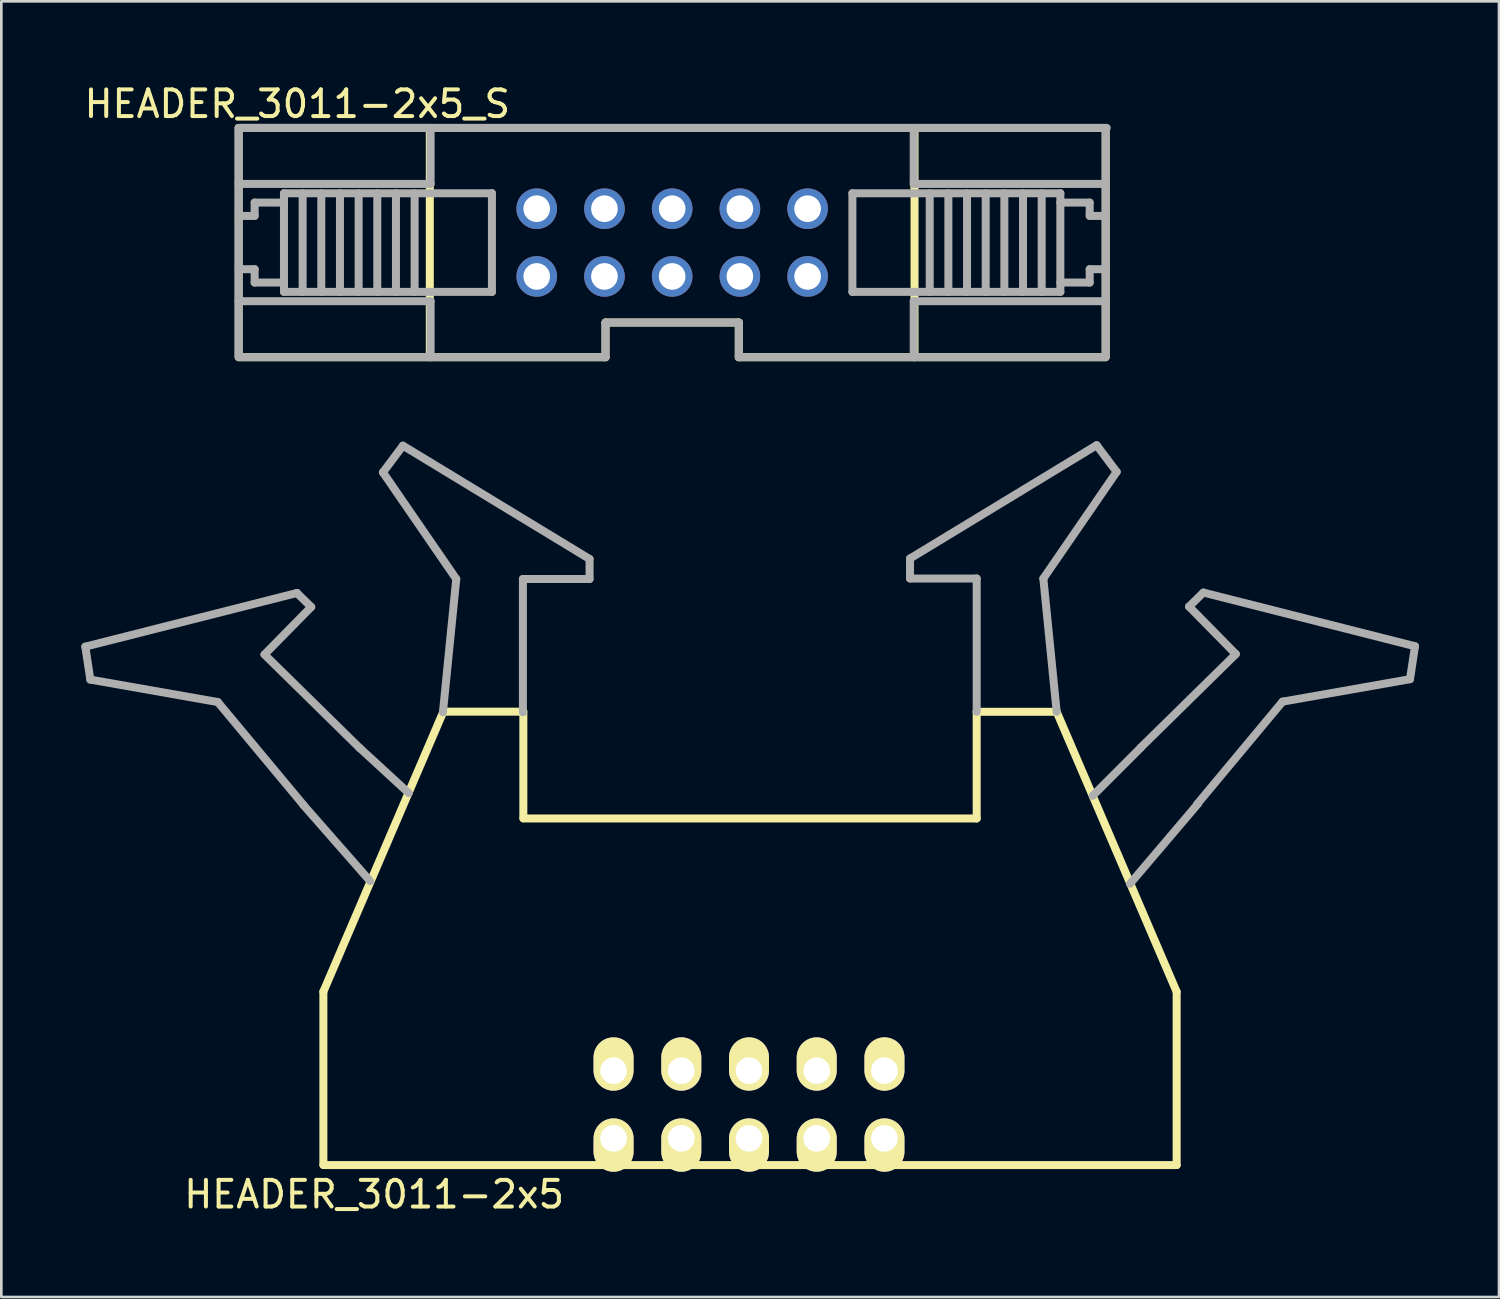
<source format=kicad_pcb>
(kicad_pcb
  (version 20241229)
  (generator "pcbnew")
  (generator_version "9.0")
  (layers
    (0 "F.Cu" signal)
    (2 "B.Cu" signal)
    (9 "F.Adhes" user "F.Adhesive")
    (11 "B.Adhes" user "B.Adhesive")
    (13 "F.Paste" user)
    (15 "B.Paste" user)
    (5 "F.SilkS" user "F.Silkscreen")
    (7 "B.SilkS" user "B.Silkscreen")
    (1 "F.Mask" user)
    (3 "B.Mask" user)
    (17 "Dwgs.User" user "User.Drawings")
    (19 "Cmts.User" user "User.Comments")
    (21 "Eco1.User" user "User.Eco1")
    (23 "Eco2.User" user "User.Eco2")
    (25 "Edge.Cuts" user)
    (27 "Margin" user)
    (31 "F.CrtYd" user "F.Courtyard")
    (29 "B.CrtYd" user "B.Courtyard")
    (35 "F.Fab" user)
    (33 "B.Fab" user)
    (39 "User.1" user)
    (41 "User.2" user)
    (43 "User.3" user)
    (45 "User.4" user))
  (footprint "HEADER_3011-2x5"
    (layer "F.Cu")
    (at 25.083 39.648)
    (property "Reference" "HEADER_3011-2x5" (at -14.1 2.1 0) (layer "F.SilkS") (effects (font (size 1 1) (thickness 0.15))))
    (attr through_hole)
    (fp_line (start -16.004 -5.506) (end -11.504 -16.006) (stroke (width 0.3) (type solid)) (layer "F.SilkS"))
    (fp_line (start -16.004 0.994) (end -16.004 -5.506) (stroke (width 0.3) (type solid)) (layer "F.SilkS"))
    (fp_line (start -16 1) (end 16 1) (stroke (width 0.3) (type solid)) (layer "F.SilkS"))
    (fp_line (start -11.504 -16.006) (end -8.504 -16.006) (stroke (width 0.3) (type solid)) (layer "F.SilkS"))
    (fp_line (start -8.504 -16.006) (end -8.504 -12.006) (stroke (width 0.3) (type solid)) (layer "F.SilkS"))
    (fp_line (start 8.5 -16) (end 8.5 -12) (stroke (width 0.3) (type solid)) (layer "F.SilkS"))
    (fp_line (start 8.5 -12) (end -8.5 -12) (stroke (width 0.3) (type solid)) (layer "F.SilkS"))
    (fp_line (start 11.5 -16) (end 8.5 -16) (stroke (width 0.3) (type solid)) (layer "F.SilkS"))
    (fp_line (start 16 -5.5) (end 11.5 -16) (stroke (width 0.3) (type solid)) (layer "F.SilkS"))
    (fp_line (start 16 1) (end 16 -5.5) (stroke (width 0.3) (type solid)) (layer "F.SilkS"))
    (fp_line (start -24.933 -18.444) (end -24.745 -17.208) (stroke (width 0.3) (type solid)) (layer "F.Fab"))
    (fp_line (start -24.745 -17.208) (end -19.965 -16.366) (stroke (width 0.3) (type solid)) (layer "F.Fab"))
    (fp_line (start -19.965 -16.366) (end -16.749 -12.504) (stroke (width 0.3) (type solid)) (layer "F.Fab"))
    (fp_line (start -18.213 -18.149) (end -16.46 -19.932) (stroke (width 0.3) (type solid)) (layer "F.Fab"))
    (fp_line (start -16.995 -20.457) (end -24.933 -18.444) (stroke (width 0.3) (type solid)) (layer "F.Fab"))
    (fp_line (start -16.75 -12.5) (end -14.25 -9.65) (stroke (width 0.3) (type solid)) (layer "F.Fab"))
    (fp_line (start -16.46 -19.932) (end -16.995 -20.457) (stroke (width 0.3) (type solid)) (layer "F.Fab"))
    (fp_line (start -14.65 -14.65) (end -12.8 -12.95) (stroke (width 0.3) (type solid)) (layer "F.Fab"))
    (fp_line (start -14.646 -14.644) (end -18.213 -18.149) (stroke (width 0.3) (type solid)) (layer "F.Fab"))
    (fp_line (start -13.77 -24.982) (end -11.02 -20.982) (stroke (width 0.3) (type solid)) (layer "F.Fab"))
    (fp_line (start -13.02 -25.982) (end -13.77 -24.982) (stroke (width 0.3) (type solid)) (layer "F.Fab"))
    (fp_line (start -11.02 -20.982) (end -11.52 -15.982) (stroke (width 0.3) (type solid)) (layer "F.Fab"))
    (fp_line (start -8.52 -20.982) (end -6.02 -20.982) (stroke (width 0.3) (type solid)) (layer "F.Fab"))
    (fp_line (start -8.52 -15.982) (end -8.52 -20.982) (stroke (width 0.3) (type solid)) (layer "F.Fab"))
    (fp_line (start -6.02 -21.732) (end -13.02 -25.982) (stroke (width 0.3) (type solid)) (layer "F.Fab"))
    (fp_line (start -6.02 -20.982) (end -6.02 -21.732) (stroke (width 0.3) (type solid)) (layer "F.Fab"))
    (fp_line (start 6 -21.75) (end 13 -26) (stroke (width 0.3) (type solid)) (layer "F.Fab"))
    (fp_line (start 6 -21) (end 6 -21.75) (stroke (width 0.3) (type solid)) (layer "F.Fab"))
    (fp_line (start 8.5 -21) (end 6 -21) (stroke (width 0.3) (type solid)) (layer "F.Fab"))
    (fp_line (start 8.5 -16) (end 8.5 -21) (stroke (width 0.3) (type solid)) (layer "F.Fab"))
    (fp_line (start 11 -21) (end 11.5 -16) (stroke (width 0.3) (type solid)) (layer "F.Fab"))
    (fp_line (start 13 -26) (end 13.75 -25) (stroke (width 0.3) (type solid)) (layer "F.Fab"))
    (fp_line (start 13.75 -25) (end 11 -21) (stroke (width 0.3) (type solid)) (layer "F.Fab"))
    (fp_line (start 14.65 -14.65) (end 12.85 -12.85) (stroke (width 0.3) (type solid)) (layer "F.Fab"))
    (fp_line (start 14.653 -14.659) (end 18.22 -18.164) (stroke (width 0.3) (type solid)) (layer "F.Fab"))
    (fp_line (start 16.467 -19.947) (end 17.002 -20.473) (stroke (width 0.3) (type solid)) (layer "F.Fab"))
    (fp_line (start 16.8 -12.55) (end 14.25 -9.55) (stroke (width 0.3) (type solid)) (layer "F.Fab"))
    (fp_line (start 17.002 -20.473) (end 24.94 -18.459) (stroke (width 0.3) (type solid)) (layer "F.Fab"))
    (fp_line (start 18.22 -18.164) (end 16.467 -19.947) (stroke (width 0.3) (type solid)) (layer "F.Fab"))
    (fp_line (start 19.972 -16.381) (end 16.756 -12.52) (stroke (width 0.3) (type solid)) (layer "F.Fab"))
    (fp_line (start 24.752 -17.223) (end 19.972 -16.381) (stroke (width 0.3) (type solid)) (layer "F.Fab"))
    (fp_line (start 24.94 -18.459) (end 24.752 -17.223) (stroke (width 0.3) (type solid)) (layer "F.Fab"))
    (pad "1" thru_hole oval (at -5.12 0) (size 1.5 2) (drill 1 (offset 0 0.25)) (layers "*.Cu" "*.Mask" "F.SilkS"))
    (pad "2" thru_hole oval (at -5.12 -2.54 180) (size 1.5 2) (drill 1 (offset 0 0.25)) (layers "*.Cu" "*.Mask" "F.SilkS"))
    (pad "3" thru_hole oval (at -2.58 0) (size 1.5 2) (drill 1 (offset 0 0.25)) (layers "*.Cu" "*.Mask" "F.SilkS"))
    (pad "4" thru_hole oval (at -2.58 -2.54 180) (size 1.5 2) (drill 1 (offset 0 0.25)) (layers "*.Cu" "*.Mask" "F.SilkS"))
    (pad "5" thru_hole oval (at -0.04 0) (size 1.5 2) (drill 1 (offset 0 0.25)) (layers "*.Cu" "*.Mask" "F.SilkS"))
    (pad "6" thru_hole oval (at -0.04 -2.54 180) (size 1.5 2) (drill 1 (offset 0 0.25)) (layers "*.Cu" "*.Mask" "F.SilkS"))
    (pad "7" thru_hole oval (at 2.5 0) (size 1.5 2) (drill 1 (offset 0 0.25)) (layers "*.Cu" "*.Mask" "F.SilkS"))
    (pad "8" thru_hole oval (at 2.5 -2.54 180) (size 1.5 2) (drill 1 (offset 0 0.25)) (layers "*.Cu" "*.Mask" "F.SilkS"))
    (pad "9" thru_hole oval (at 5.04 0) (size 1.5 2) (drill 1 (offset 0 0.25)) (layers "*.Cu" "*.Mask" "F.SilkS"))
    (pad "10" thru_hole oval (at 5.04 -2.54 180) (size 1.5 2) (drill 1 (offset 0 0.25)) (layers "*.Cu" "*.Mask" "F.SilkS")))
  (footprint "HEADER_3011-2x5_S"
    (layer "F.Cu")
    (at 22.161 6.048)
    (property "Reference" "HEADER_3011-2x5_S" (at -14.06 -5.2 0) (layer "F.SilkS") (effects (font (size 1 1) (thickness 0.15))))
    (attr through_hole)
    (fp_line (start -16.26 4.3) (end -16.26 -4.3) (stroke (width 0.3) (type solid)) (layer "F.SilkS"))
    (fp_line (start -16.2 -4.3) (end 16.2 -4.3) (stroke (width 0.3) (type solid)) (layer "F.SilkS"))
    (fp_line (start -16.2 4.3) (end -2.5 4.3) (stroke (width 0.3) (type solid)) (layer "F.SilkS"))
    (fp_line (start -9.09 -4.3) (end -9.09 4.3) (stroke (width 0.3) (type solid)) (layer "F.SilkS"))
    (fp_line (start -2.5 3) (end -2.5 4.3) (stroke (width 0.3) (type solid)) (layer "F.SilkS"))
    (fp_line (start 2.5 3) (end -2.5 3) (stroke (width 0.3) (type solid)) (layer "F.SilkS"))
    (fp_line (start 2.5 3) (end 2.5 4.3) (stroke (width 0.3) (type solid)) (layer "F.SilkS"))
    (fp_line (start 9.09 -4.3) (end 9.09 4.3) (stroke (width 0.3) (type solid)) (layer "F.SilkS"))
    (fp_line (start 16.2 4.3) (end 2.5 4.3) (stroke (width 0.3) (type solid)) (layer "F.SilkS"))
    (fp_line (start 16.26 4.3) (end 16.26 -4.3) (stroke (width 0.3) (type solid)) (layer "F.SilkS"))
    (fp_line (start -16.26 -2.2) (end -16.26 -4.3) (stroke (width 0.3) (type solid)) (layer "F.Fab"))
    (fp_line (start -16.26 -1) (end -15.66 -1) (stroke (width 0.3) (type solid)) (layer "F.Fab"))
    (fp_line (start -16.26 1) (end -15.66 1) (stroke (width 0.3) (type solid)) (layer "F.Fab"))
    (fp_line (start -16.26 2.2) (end -16.26 -2.2) (stroke (width 0.3) (type solid)) (layer "F.Fab"))
    (fp_line (start -16.26 4.3) (end -16.26 2.2) (stroke (width 0.3) (type solid)) (layer "F.Fab"))
    (fp_line (start -16.2 -4.3) (end 16.3 -4.3) (stroke (width 0.3) (type solid)) (layer "F.Fab"))
    (fp_line (start -15.66 -1.5) (end -14.56 -1.5) (stroke (width 0.3) (type solid)) (layer "F.Fab"))
    (fp_line (start -15.66 -1) (end -15.66 -1.5) (stroke (width 0.3) (type solid)) (layer "F.Fab"))
    (fp_line (start -15.66 1.5) (end -15.66 1) (stroke (width 0.3) (type solid)) (layer "F.Fab"))
    (fp_line (start -15.66 1.5) (end -14.56 1.5) (stroke (width 0.3) (type solid)) (layer "F.Fab"))
    (fp_line (start -14.56 -1.85) (end -6.76 -1.85) (stroke (width 0.3) (type solid)) (layer "F.Fab"))
    (fp_line (start -14.56 1.85) (end -14.56 -1.85) (stroke (width 0.3) (type solid)) (layer "F.Fab"))
    (fp_line (start -14.56 1.85) (end -6.76 1.85) (stroke (width 0.3) (type solid)) (layer "F.Fab"))
    (fp_line (start -13.86 1.85) (end -13.86 -1.85) (stroke (width 0.3) (type solid)) (layer "F.Fab"))
    (fp_line (start -13.16 1.85) (end -13.16 -1.85) (stroke (width 0.3) (type solid)) (layer "F.Fab"))
    (fp_line (start -12.46 1.85) (end -12.46 -1.85) (stroke (width 0.3) (type solid)) (layer "F.Fab"))
    (fp_line (start -11.76 1.85) (end -11.76 -1.85) (stroke (width 0.3) (type solid)) (layer "F.Fab"))
    (fp_line (start -11.06 1.85) (end -11.06 -1.85) (stroke (width 0.3) (type solid)) (layer "F.Fab"))
    (fp_line (start -10.36 1.85) (end -10.36 -1.85) (stroke (width 0.3) (type solid)) (layer "F.Fab"))
    (fp_line (start -9.66 1.85) (end -9.66 -1.85) (stroke (width 0.3) (type solid)) (layer "F.Fab"))
    (fp_line (start -9.06 -4.3) (end -16.26 -4.3) (stroke (width 0.3) (type solid)) (layer "F.Fab"))
    (fp_line (start -9.06 -2.2) (end -16.26 -2.2) (stroke (width 0.3) (type solid)) (layer "F.Fab"))
    (fp_line (start -9.06 -2.2) (end -9.06 -4.3) (stroke (width 0.3) (type solid)) (layer "F.Fab"))
    (fp_line (start -9.06 2.2) (end -16.26 2.2) (stroke (width 0.3) (type solid)) (layer "F.Fab"))
    (fp_line (start -9.06 4.3) (end -9.06 2.2) (stroke (width 0.3) (type solid)) (layer "F.Fab"))
    (fp_line (start -6.76 1.85) (end -6.76 -1.85) (stroke (width 0.3) (type solid)) (layer "F.Fab"))
    (fp_line (start -2.5 3) (end -2.5 4.3) (stroke (width 0.3) (type solid)) (layer "F.Fab"))
    (fp_line (start -2.5 4.3) (end -16.2 4.3) (stroke (width 0.3) (type solid)) (layer "F.Fab"))
    (fp_line (start 2.5 3) (end -2.5 3) (stroke (width 0.3) (type solid)) (layer "F.Fab"))
    (fp_line (start 2.5 3) (end 2.5 4.3) (stroke (width 0.3) (type solid)) (layer "F.Fab"))
    (fp_line (start 2.5 4.3) (end 16.2 4.3) (stroke (width 0.3) (type solid)) (layer "F.Fab"))
    (fp_line (start 6.76 -1.85) (end 6.76 1.85) (stroke (width 0.3) (type solid)) (layer "F.Fab"))
    (fp_line (start 9.06 -4.3) (end 9.06 -2.2) (stroke (width 0.3) (type solid)) (layer "F.Fab"))
    (fp_line (start 9.06 -2.2) (end 16.26 -2.2) (stroke (width 0.3) (type solid)) (layer "F.Fab"))
    (fp_line (start 9.06 2.2) (end 9.06 4.3) (stroke (width 0.3) (type solid)) (layer "F.Fab"))
    (fp_line (start 9.06 2.2) (end 16.26 2.2) (stroke (width 0.3) (type solid)) (layer "F.Fab"))
    (fp_line (start 9.66 -1.85) (end 9.66 1.85) (stroke (width 0.3) (type solid)) (layer "F.Fab"))
    (fp_line (start 10.36 -1.85) (end 10.36 1.85) (stroke (width 0.3) (type solid)) (layer "F.Fab"))
    (fp_line (start 11.06 -1.85) (end 11.06 1.85) (stroke (width 0.3) (type solid)) (layer "F.Fab"))
    (fp_line (start 11.76 -1.85) (end 11.76 1.85) (stroke (width 0.3) (type solid)) (layer "F.Fab"))
    (fp_line (start 12.46 -1.85) (end 12.46 1.85) (stroke (width 0.3) (type solid)) (layer "F.Fab"))
    (fp_line (start 13.16 -1.85) (end 13.16 1.85) (stroke (width 0.3) (type solid)) (layer "F.Fab"))
    (fp_line (start 13.86 -1.85) (end 13.86 1.85) (stroke (width 0.3) (type solid)) (layer "F.Fab"))
    (fp_line (start 14.56 -1.85) (end 6.76 -1.85) (stroke (width 0.3) (type solid)) (layer "F.Fab"))
    (fp_line (start 14.56 -1.85) (end 14.56 1.85) (stroke (width 0.3) (type solid)) (layer "F.Fab"))
    (fp_line (start 14.56 1.85) (end 6.76 1.85) (stroke (width 0.3) (type solid)) (layer "F.Fab"))
    (fp_line (start 15.66 -1.5) (end 14.56 -1.5) (stroke (width 0.3) (type solid)) (layer "F.Fab"))
    (fp_line (start 15.66 -1.5) (end 15.66 -1) (stroke (width 0.3) (type solid)) (layer "F.Fab"))
    (fp_line (start 15.66 1) (end 15.66 1.5) (stroke (width 0.3) (type solid)) (layer "F.Fab"))
    (fp_line (start 15.66 1.5) (end 14.56 1.5) (stroke (width 0.3) (type solid)) (layer "F.Fab"))
    (fp_line (start 16.26 -4.3) (end 16.26 -2.2) (stroke (width 0.3) (type solid)) (layer "F.Fab"))
    (fp_line (start 16.26 -2.2) (end 16.26 2.2) (stroke (width 0.3) (type solid)) (layer "F.Fab"))
    (fp_line (start 16.26 -1) (end 15.66 -1) (stroke (width 0.3) (type solid)) (layer "F.Fab"))
    (fp_line (start 16.26 1) (end 15.66 1) (stroke (width 0.3) (type solid)) (layer "F.Fab"))
    (fp_line (start 16.26 2.2) (end 16.26 4.3) (stroke (width 0.3) (type solid)) (layer "F.Fab"))
    (pad "13" thru_hole circle (at -5.08 1.27) (size 1.524 1.524) (drill 1) (layers "*.Cu" "*.Mask"))
    (pad "14" thru_hole circle (at -5.08 -1.27) (size 1.524 1.524) (drill 1) (layers "*.Cu" "*.Mask"))
    (pad "15" thru_hole circle (at -2.54 1.27) (size 1.524 1.524) (drill 1) (layers "*.Cu" "*.Mask"))
    (pad "16" thru_hole circle (at -2.54 -1.27) (size 1.524 1.524) (drill 1) (layers "*.Cu" "*.Mask"))
    (pad "17" thru_hole circle (at 0 1.27) (size 1.524 1.524) (drill 1) (layers "*.Cu" "*.Mask"))
    (pad "18" thru_hole circle (at 0 -1.27) (size 1.524 1.524) (drill 1) (layers "*.Cu" "*.Mask"))
    (pad "19" thru_hole circle (at 2.54 1.27) (size 1.524 1.524) (drill 1) (layers "*.Cu" "*.Mask"))
    (pad "20" thru_hole circle (at 2.54 -1.27) (size 1.524 1.524) (drill 1) (layers "*.Cu" "*.Mask"))
    (pad "21" thru_hole circle (at 5.08 1.27) (size 1.524 1.524) (drill 1) (layers "*.Cu" "*.Mask"))
    (pad "22" thru_hole circle (at 5.08 -1.27) (size 1.524 1.524) (drill 1) (layers "*.Cu" "*.Mask")))
  (gr_rect
    (start -3 -3)
    (end 53.173 45.596)
    (stroke (width 0.1) (type default))
    (fill no)
    (layer "Edge.Cuts")))
</source>
